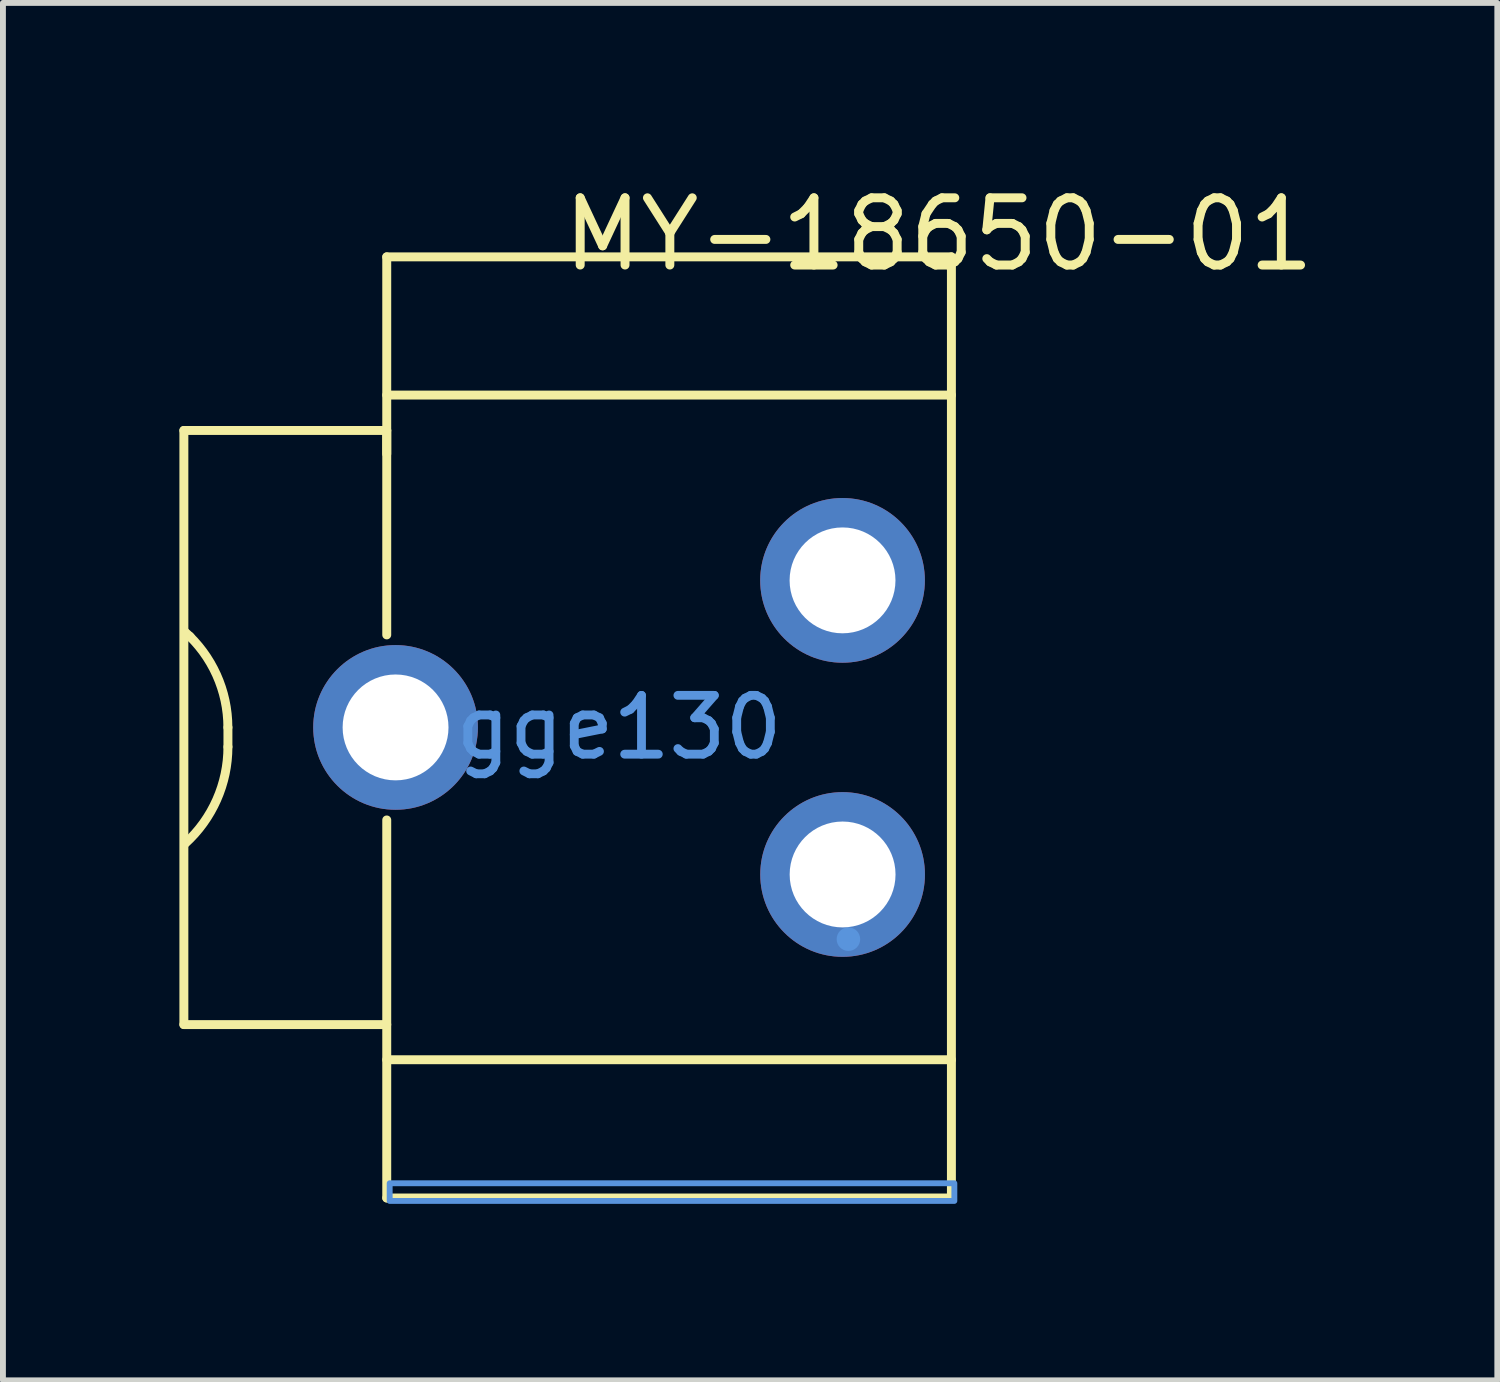
<source format=kicad_pcb>
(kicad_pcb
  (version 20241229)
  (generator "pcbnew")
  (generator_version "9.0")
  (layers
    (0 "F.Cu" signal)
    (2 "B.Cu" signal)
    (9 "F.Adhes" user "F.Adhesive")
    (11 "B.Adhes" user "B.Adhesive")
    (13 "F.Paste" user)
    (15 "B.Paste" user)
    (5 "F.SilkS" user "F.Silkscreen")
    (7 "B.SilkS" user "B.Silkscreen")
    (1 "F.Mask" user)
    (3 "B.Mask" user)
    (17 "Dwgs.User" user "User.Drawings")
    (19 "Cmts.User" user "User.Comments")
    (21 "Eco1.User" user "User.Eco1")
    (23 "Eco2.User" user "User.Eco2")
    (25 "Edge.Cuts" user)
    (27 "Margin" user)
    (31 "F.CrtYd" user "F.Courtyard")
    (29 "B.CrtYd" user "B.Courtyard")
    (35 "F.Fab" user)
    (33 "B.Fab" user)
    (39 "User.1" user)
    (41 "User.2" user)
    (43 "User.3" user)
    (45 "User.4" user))
  (footprint "MY-18650-01"
    (layer "F.Cu")
    (at 7.475 9.317)
    (property "Reference" "MY-18650-01" (at -1.033 -8.382 0) (layer "F.SilkS") (effects (font (size 1.143 1.143) (thickness 0.152)) (justify left)))
    (attr through_hole)
    (fp_line (start -7.399 -5.049) (end -3.95 -5.049) (stroke (width 0.152) (type solid)) (layer "F.SilkS"))
    (fp_line (start -7.399 5.052) (end -7.399 -5.049) (stroke (width 0.152) (type solid)) (layer "F.SilkS"))
    (fp_line (start -7.287 -1.536) (end -7.3 -1.55) (stroke (width 0.152) (type solid)) (layer "F.SilkS"))
    (fp_line (start -6.65 0.331) (end -6.65 0) (stroke (width 0.152) (type solid)) (layer "F.SilkS"))
    (fp_line (start -3.95 -8) (end -3.95 -1.573) (stroke (width 0.152) (type solid)) (layer "F.SilkS"))
    (fp_line (start -3.95 -5.65) (end 5.65 -5.65) (stroke (width 0.152) (type solid)) (layer "F.SilkS"))
    (fp_line (start -3.95 -5.049) (end -3.95 -4.65) (stroke (width 0.152) (type solid)) (layer "F.SilkS"))
    (fp_line (start -3.95 1.573) (end -3.95 8) (stroke (width 0.152) (type solid)) (layer "F.SilkS"))
    (fp_line (start -3.95 5.052) (end -7.399 5.052) (stroke (width 0.152) (type solid)) (layer "F.SilkS"))
    (fp_line (start -3.95 8) (end 5.65 8) (stroke (width 0.152) (type solid)) (layer "F.SilkS"))
    (fp_line (start 5.65 -8) (end -3.95 -8) (stroke (width 0.152) (type solid)) (layer "F.SilkS"))
    (fp_line (start 5.65 5.65) (end -3.95 5.65) (stroke (width 0.152) (type solid)) (layer "F.SilkS"))
    (fp_line (start 5.65 8) (end 5.65 -8) (stroke (width 0.152) (type solid)) (layer "F.SilkS"))
    (fp_arc (start -7.387 -1.63) (mid -6.843269 -0.894238) (end -6.650675 0.000131) (stroke (width 0.152) (type solid)) (layer "F.SilkS"))
    (fp_arc (start -6.65 0.331) (mid -6.839503 1.228274) (end -7.375643 1.972294) (stroke (width 0.152) (type solid)) (layer "F.SilkS"))
    (fp_circle (center 3.899 3.6) (end 3.999 3.6) (stroke (width 0.2) (type solid)) (fill no) (layer "Cmts.User"))
    (fp_poly (pts (xy -3.9 8.05) (xy 5.7 8.05) (xy 5.7 7.75) (xy -3.9 7.75)) (stroke (width 0.1) (type solid)) (fill no) (layer "Cmts.User"))
    (fp_text user "gge130" (at 0 0 0) (layer "Cmts.User") (effects (font (size 1 1) (thickness 0.15))))
    (pad "1" thru_hole circle (at -3.8 0 180) (size 2.8 2.8) (drill 1.8) (layers "*.Cu" "*.Paste" "*.Mask"))
    (pad "1" thru_hole circle (at 3.799 -2.5 180) (size 2.8 2.8) (drill 1.8) (layers "*.Cu" "*.Paste" "*.Mask"))
    (pad "1" thru_hole circle (at 3.8 2.5 180) (size 2.8 2.8) (drill 1.8) (layers "*.Cu" "*.Paste" "*.Mask")))
  (gr_rect
    (start -3 -3)
    (end 22.406 20.417)
    (stroke (width 0.1) (type default))
    (fill no)
    (layer "Edge.Cuts")))
</source>
